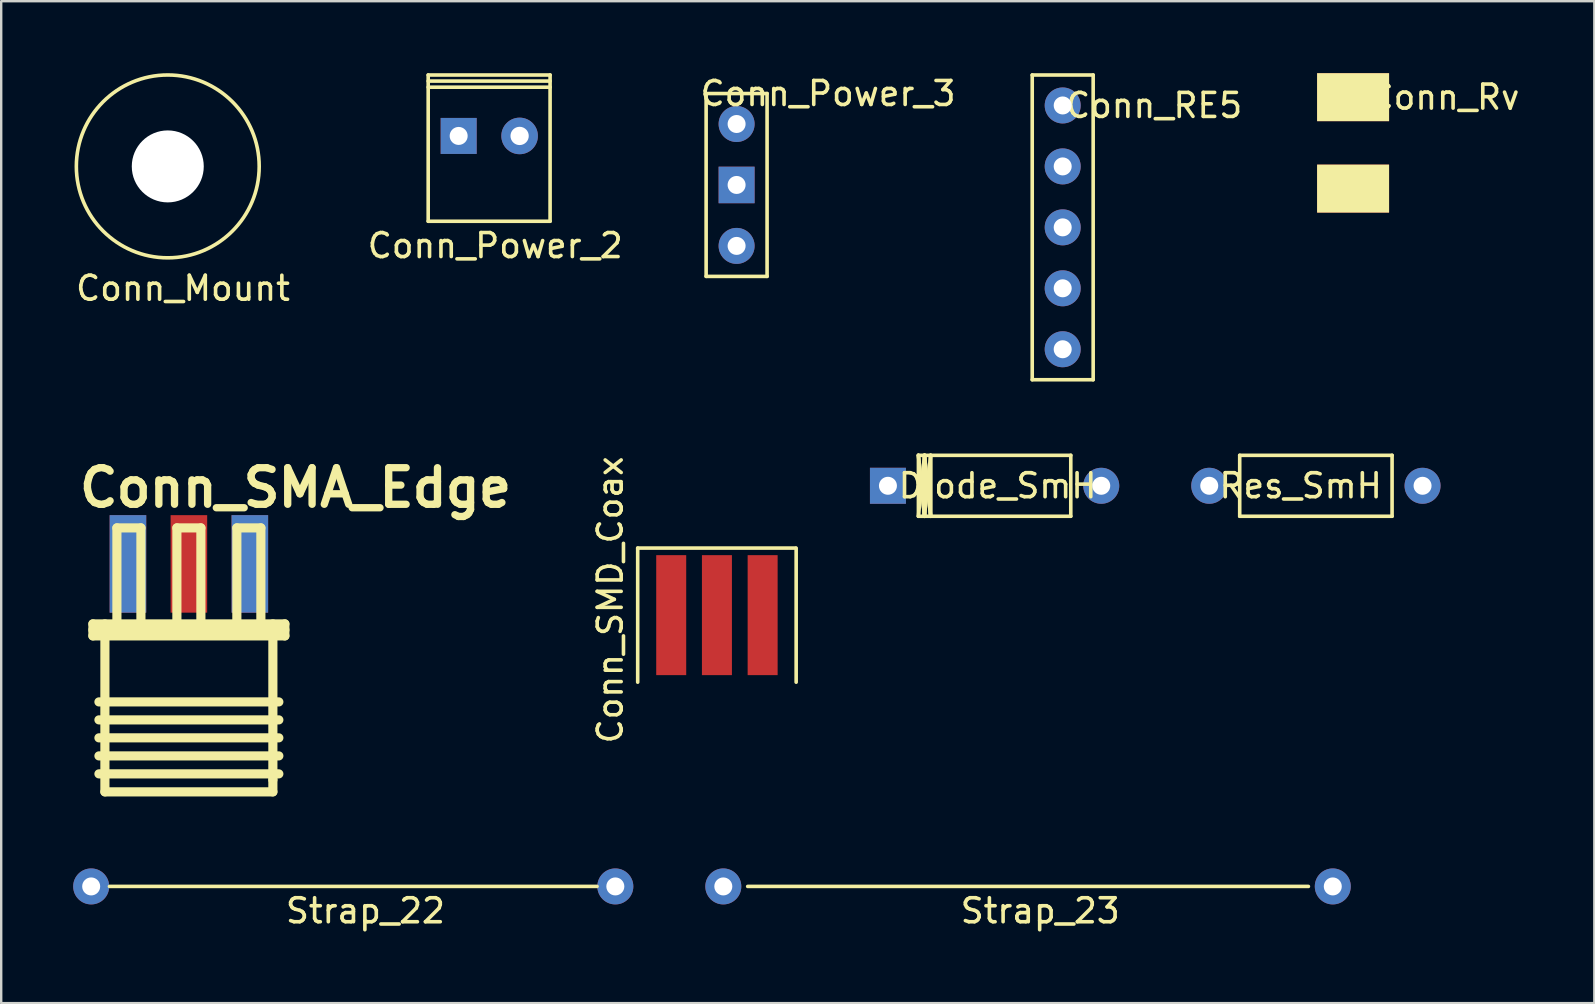
<source format=kicad_pcb>
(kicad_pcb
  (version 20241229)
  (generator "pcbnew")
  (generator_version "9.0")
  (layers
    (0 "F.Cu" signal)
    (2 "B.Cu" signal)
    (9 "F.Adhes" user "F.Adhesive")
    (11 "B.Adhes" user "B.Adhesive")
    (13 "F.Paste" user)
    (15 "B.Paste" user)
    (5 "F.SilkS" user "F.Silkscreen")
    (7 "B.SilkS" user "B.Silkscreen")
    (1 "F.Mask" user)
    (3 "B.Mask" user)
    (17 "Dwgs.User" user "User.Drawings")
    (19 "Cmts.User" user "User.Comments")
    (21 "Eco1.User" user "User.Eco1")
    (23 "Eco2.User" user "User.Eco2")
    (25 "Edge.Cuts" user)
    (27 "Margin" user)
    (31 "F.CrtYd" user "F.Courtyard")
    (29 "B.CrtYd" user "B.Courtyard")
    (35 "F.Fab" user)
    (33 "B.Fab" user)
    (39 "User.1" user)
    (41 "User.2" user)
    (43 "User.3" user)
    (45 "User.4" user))
  (footprint "Res_SmH"
    (layer "F.Cu")
    (at 51.917 17.195)
    (property "Reference" "Res_SmH" (at -0.762 0 0) (layer "F.SilkS") (effects (font (size 1 1) (thickness 0.15))))
    (attr through_hole)
    (fp_line (start -3.302 -1.27) (end 3.048 -1.27) (stroke (width 0.15) (type solid)) (layer "F.SilkS"))
    (fp_line (start -3.302 1.27) (end -3.302 -1.27) (stroke (width 0.15) (type solid)) (layer "F.SilkS"))
    (fp_line (start -3.302 1.27) (end 3.048 1.27) (stroke (width 0.15) (type solid)) (layer "F.SilkS"))
    (fp_line (start 3.048 -1.27) (end 3.048 1.27) (stroke (width 0.15) (type solid)) (layer "F.SilkS"))
    (pad "1" thru_hole circle (at -4.572 0) (size 1.5 1.5) (drill 0.75) (layers "*.Cu" "*.Mask"))
    (pad "2" thru_hole circle (at 4.318 0) (size 1.5 1.5) (drill 0.75) (layers "*.Cu" "*.Mask")))
  (footprint "Conn_SMA_Edge"
    (layer "F.Cu")
    (at 4.822 22.356)
    (property "Reference" "Conn_SMA_Edge" (at 4.445 -5.08 0) (layer "F.SilkS") (effects (font (size 1.524 1.524) (thickness 0.305))))
    (attr through_hole)
    (fp_line (start -4 0.594) (end 4 0.594) (stroke (width 0.381) (type solid)) (layer "F.SilkS"))
    (fp_line (start -4 1.095) (end -4 0.594) (stroke (width 0.381) (type solid)) (layer "F.SilkS"))
    (fp_line (start -4 1.095) (end 4 1.095) (stroke (width 0.381) (type solid)) (layer "F.SilkS"))
    (fp_line (start -3.749 3.846) (end 3.749 3.846) (stroke (width 0.381) (type solid)) (layer "F.SilkS"))
    (fp_line (start -3.749 6.096) (end 3.749 6.096) (stroke (width 0.381) (type solid)) (layer "F.SilkS"))
    (fp_line (start -3.5 7.595) (end -3.5 0.594) (stroke (width 0.381) (type solid)) (layer "F.SilkS"))
    (fp_line (start -3.5 7.595) (end 3.5 7.595) (stroke (width 0.381) (type solid)) (layer "F.SilkS"))
    (fp_line (start -3 -3.406) (end -1.999 -3.406) (stroke (width 0.381) (type solid)) (layer "F.SilkS"))
    (fp_line (start -3 0.594) (end -3 -3.406) (stroke (width 0.381) (type solid)) (layer "F.SilkS"))
    (fp_line (start -1.999 -3.406) (end -1.999 0.594) (stroke (width 0.381) (type solid)) (layer "F.SilkS"))
    (fp_line (start -0.5 -3.406) (end 0.5 -3.406) (stroke (width 0.381) (type solid)) (layer "F.SilkS"))
    (fp_line (start -0.5 0.594) (end -0.5 -3.406) (stroke (width 0.381) (type solid)) (layer "F.SilkS"))
    (fp_line (start 0.5 -3.406) (end 0.5 0.594) (stroke (width 0.381) (type solid)) (layer "F.SilkS"))
    (fp_line (start 1.999 -3.406) (end 3 -3.406) (stroke (width 0.381) (type solid)) (layer "F.SilkS"))
    (fp_line (start 1.999 0.594) (end 1.999 -3.406) (stroke (width 0.381) (type solid)) (layer "F.SilkS"))
    (fp_line (start 3 -3.406) (end 3 0.594) (stroke (width 0.381) (type solid)) (layer "F.SilkS"))
    (fp_line (start 3.5 0.594) (end 3.5 7.094) (stroke (width 0.381) (type solid)) (layer "F.SilkS"))
    (fp_line (start 3.5 7.595) (end 3.5 7.094) (stroke (width 0.381) (type solid)) (layer "F.SilkS"))
    (fp_line (start 3.749 4.595) (end -3.749 4.595) (stroke (width 0.381) (type solid)) (layer "F.SilkS"))
    (fp_line (start 3.749 5.344) (end -3.749 5.344) (stroke (width 0.381) (type solid)) (layer "F.SilkS"))
    (fp_line (start 3.749 6.845) (end -3.749 6.845) (stroke (width 0.381) (type solid)) (layer "F.SilkS"))
    (fp_line (start 4 0.846) (end -4 0.846) (stroke (width 0.381) (type solid)) (layer "F.SilkS"))
    (fp_line (start 4 1.095) (end 4 0.594) (stroke (width 0.381) (type solid)) (layer "F.SilkS"))
    (pad "1" smd rect (at 0 -1.905) (size 1.524 4.064) (layers "F.Cu" "F.Mask" "F.Paste"))
    (pad "2" smd rect (at -2.54 -1.905) (size 1.524 4.064) (layers "F.Cu" "F.Mask" "F.Paste"))
    (pad "3" smd rect (at -2.54 -1.905) (size 1.524 4.064) (layers "B.Cu" "B.Mask" "B.Paste"))
    (pad "4" smd rect (at 2.54 -1.905) (size 1.524 4.064) (layers "F.Cu" "F.Mask" "F.Paste"))
    (pad "5" smd rect (at 2.54 -1.905) (size 1.524 4.064) (layers "B.Cu" "B.Mask" "B.Paste")))
  (footprint "Conn_Power_3"
    (layer "F.Cu")
    (at 27.648 4.658)
    (property "Reference" "Conn_Power_3" (at 3.81 -3.81 180) (layer "F.SilkS") (effects (font (size 1 1) (thickness 0.15))))
    (attr through_hole)
    (fp_line (start -1.27 -3.81) (end 1.27 -3.81) (stroke (width 0.15) (type solid)) (layer "F.SilkS"))
    (fp_line (start -1.27 3.81) (end -1.27 -3.81) (stroke (width 0.15) (type solid)) (layer "F.SilkS"))
    (fp_line (start 1.27 -3.81) (end 1.27 3.81) (stroke (width 0.15) (type solid)) (layer "F.SilkS"))
    (fp_line (start 1.27 3.81) (end -1.27 3.81) (stroke (width 0.15) (type solid)) (layer "F.SilkS"))
    (pad "1" thru_hole circle (at 0 -2.54) (size 1.5 1.5) (drill 0.75) (layers "*.Cu" "*.Mask"))
    (pad "2" thru_hole rect (at 0 0) (size 1.5 1.524) (drill 0.75) (layers "*.Cu" "*.Mask"))
    (pad "3" thru_hole circle (at 0 2.54) (size 1.5 1.5) (drill 0.75) (layers "*.Cu" "*.Mask")))
  (footprint "Conn_RE5"
    (layer "F.Cu")
    (at 41.238 6.425)
    (property "Reference" "Conn_RE5" (at 3.81 -5.08 0) (layer "F.SilkS") (effects (font (size 1 1) (thickness 0.15))))
    (attr through_hole)
    (fp_line (start -1.27 -6.35) (end 1.27 -6.35) (stroke (width 0.15) (type solid)) (layer "F.SilkS"))
    (fp_line (start -1.27 6.35) (end -1.27 -6.35) (stroke (width 0.15) (type solid)) (layer "F.SilkS"))
    (fp_line (start -1.27 6.35) (end 1.27 6.35) (stroke (width 0.15) (type solid)) (layer "F.SilkS"))
    (fp_line (start 1.27 -6.35) (end 1.27 6.35) (stroke (width 0.15) (type solid)) (layer "F.SilkS"))
    (pad "1" thru_hole circle (at 0 -5.08) (size 1.5 1.5) (drill 0.75) (layers "*.Cu" "*.Mask"))
    (pad "2" thru_hole circle (at 0 -2.54) (size 1.5 1.5) (drill 0.75) (layers "*.Cu" "*.Mask"))
    (pad "3" thru_hole circle (at 0 0) (size 1.5 1.5) (drill 0.75) (layers "*.Cu" "*.Mask"))
    (pad "4" thru_hole circle (at 0 2.54) (size 1.5 1.5) (drill 0.75) (layers "*.Cu" "*.Mask"))
    (pad "5" thru_hole circle (at 0 5.08) (size 1.5 1.5) (drill 0.75) (layers "*.Cu" "*.Mask")))
  (footprint "Strap_23"
    (layer "F.Cu")
    (at 39.794 33.892)
    (property "Reference" "Strap_23" (at 0.508 1.016 0) (layer "F.SilkS") (effects (font (size 1 1) (thickness 0.15))))
    (attr through_hole)
    (fp_line (start -11.684 0) (end 11.684 0) (stroke (width 0.15) (type solid)) (layer "F.SilkS"))
    (pad "1" thru_hole circle (at -12.7 0) (size 1.5 1.5) (drill 0.75) (layers "*.Cu" "*.Mask"))
    (pad "2" thru_hole circle (at 12.7 0) (size 1.5 1.5) (drill 0.75) (layers "*.Cu" "*.Mask")))
  (footprint "Diode_SmH"
    (layer "F.Cu")
    (at 38.527 17.195)
    (property "Reference" "Diode_SmH" (at 0 0 0) (layer "F.SilkS") (effects (font (size 1 1) (thickness 0.15))))
    (attr through_hole)
    (fp_line (start -3.302 -1.27) (end -3.048 1.27) (stroke (width 0.15) (type solid)) (layer "F.SilkS"))
    (fp_line (start -3.302 -1.27) (end -3.048 1.27) (stroke (width 0.15) (type solid)) (layer "F.SilkS"))
    (fp_line (start -3.302 -1.27) (end 3.048 -1.27) (stroke (width 0.15) (type solid)) (layer "F.SilkS"))
    (fp_line (start -3.302 1.27) (end -3.302 -1.27) (stroke (width 0.15) (type solid)) (layer "F.SilkS"))
    (fp_line (start -3.302 1.27) (end 3.048 1.27) (stroke (width 0.15) (type solid)) (layer "F.SilkS"))
    (fp_line (start -3.048 -1.27) (end -3.302 1.27) (stroke (width 0.15) (type solid)) (layer "F.SilkS"))
    (fp_line (start -3.048 -1.27) (end -3.048 1.27) (stroke (width 0.15) (type solid)) (layer "F.SilkS"))
    (fp_line (start -3.048 -1.27) (end -2.794 1.27) (stroke (width 0.15) (type solid)) (layer "F.SilkS"))
    (fp_line (start -3.048 1.27) (end -3.048 -1.27) (stroke (width 0.15) (type solid)) (layer "F.SilkS"))
    (fp_line (start -3.048 1.27) (end -3.048 -1.016) (stroke (width 0.15) (type solid)) (layer "F.SilkS"))
    (fp_line (start -2.794 -1.27) (end -3.048 1.27) (stroke (width 0.15) (type solid)) (layer "F.SilkS"))
    (fp_line (start -2.794 -1.27) (end -2.794 1.27) (stroke (width 0.15) (type solid)) (layer "F.SilkS"))
    (fp_line (start -2.794 1.27) (end -3.048 -1.27) (stroke (width 0.15) (type solid)) (layer "F.SilkS"))
    (fp_line (start -2.794 1.27) (end -2.794 -1.27) (stroke (width 0.15) (type solid)) (layer "F.SilkS"))
    (fp_line (start 3.048 -1.27) (end 3.048 1.27) (stroke (width 0.15) (type solid)) (layer "F.SilkS"))
    (pad "1" thru_hole rect (at -4.572 0) (size 1.5 1.5) (drill 0.75) (layers "*.Cu" "*.Mask"))
    (pad "2" thru_hole circle (at 4.318 0) (size 1.5 1.5) (drill 0.75) (layers "*.Cu" "*.Mask")))
  (footprint "Conn_Mount"
    (layer "F.Cu")
    (at 3.942 3.885)
    (property "Reference" "Conn_Mount" (at 0.635 5.08 0) (layer "F.SilkS") (effects (font (size 1 1) (thickness 0.15))))
    (attr through_hole)
    (fp_circle (center 0 0) (end 3.81 0) (stroke (width 0.15) (type solid)) (fill no) (layer "F.SilkS"))
    (pad "" np_thru_hole circle (at 0 0) (size 3 3) (drill 3) (layers "*.Cu" "*.Mask")))
  (footprint "Conn_Power_2"
    (layer "F.Cu")
    (at 17.335 2.615)
    (property "Reference" "Conn_Power_2" (at 0.254 4.572 0) (layer "F.SilkS") (effects (font (size 1 1) (thickness 0.15))))
    (attr through_hole)
    (fp_line (start -2.54 -2.54) (end -2.54 3.556) (stroke (width 0.15) (type solid)) (layer "F.SilkS"))
    (fp_line (start -2.54 -2.54) (end 2.54 -2.54) (stroke (width 0.15) (type solid)) (layer "F.SilkS"))
    (fp_line (start -2.54 -2.286) (end 2.54 -2.286) (stroke (width 0.15) (type solid)) (layer "F.SilkS"))
    (fp_line (start -2.54 -2.032) (end 2.54 -2.032) (stroke (width 0.15) (type solid)) (layer "F.SilkS"))
    (fp_line (start 2.54 -2.54) (end 2.54 3.556) (stroke (width 0.15) (type solid)) (layer "F.SilkS"))
    (fp_line (start 2.54 3.556) (end -2.54 3.556) (stroke (width 0.15) (type solid)) (layer "F.SilkS"))
    (pad "1" thru_hole rect (at -1.27 0 180) (size 1.5 1.5) (drill 0.75) (layers "*.Cu" "*.Mask"))
    (pad "2" thru_hole circle (at 1.27 0 180) (size 1.524 1.524) (drill 0.762) (layers "*.Cu" "*.Mask")))
  (footprint "Strap_22"
    (layer "F.Cu")
    (at 11.672 33.892)
    (property "Reference" "Strap_22" (at 0.508 1.016 0) (layer "F.SilkS") (effects (font (size 1 1) (thickness 0.15))))
    (attr through_hole)
    (fp_line (start -10.16 0) (end 10.16 0) (stroke (width 0.15) (type solid)) (layer "F.SilkS"))
    (pad "1" thru_hole circle (at -10.922 0) (size 1.5 1.5) (drill 0.75) (layers "*.Cu" "*.Mask"))
    (pad "2" thru_hole circle (at 10.922 0) (size 1.5 1.5) (drill 0.75) (layers "*.Cu" "*.Mask")))
  (footprint "Conn_Rv"
    (layer "F.Cu")
    (at 53.34 2.905)
    (property "Reference" "Conn_Rv" (at 3.81 -1.905 0) (layer "F.SilkS") (effects (font (size 1 1) (thickness 0.15))))
    (attr through_hole)
    (pad "1" smd rect (at 0 -1.905) (size 3 2) (layers "F.Cu" "F.Mask" "F.SilkS"))
    (pad "2" smd rect (at 0 1.905) (size 3 2) (layers "F.Cu" "F.Mask" "F.SilkS")))
  (footprint "Conn_SMD_Coax"
    (layer "F.Cu")
    (at 26.828 22.586)
    (property "Reference" "Conn_SMD_Coax" (at -4.445 -0.635 90) (layer "F.SilkS") (effects (font (size 1 1) (thickness 0.15))))
    (attr through_hole)
    (fp_line (start -3.302 -2.794) (end 3.275 -2.794) (stroke (width 0.15) (type solid)) (layer "F.SilkS"))
    (fp_line (start -3.302 2.794) (end -3.302 -2.794) (stroke (width 0.15) (type solid)) (layer "F.SilkS"))
    (fp_line (start 3.302 -2.794) (end 3.302 2.794) (stroke (width 0.15) (type solid)) (layer "F.SilkS"))
    (pad "1" smd rect (at 0 0) (size 1.25 5) (layers "F.Cu" "F.Mask" "F.Paste"))
    (pad "2" smd rect (at -1.905 0) (size 1.25 5) (layers "F.Cu" "F.Mask" "F.Paste"))
    (pad "2" smd rect (at 1.905 0) (size 1.25 5) (layers "F.Cu" "F.Mask" "F.Paste")))
  (gr_rect
    (start -3 -3)
    (end 63.394 38.756)
    (stroke (width 0.1) (type default))
    (fill no)
    (layer "Edge.Cuts")))
</source>
